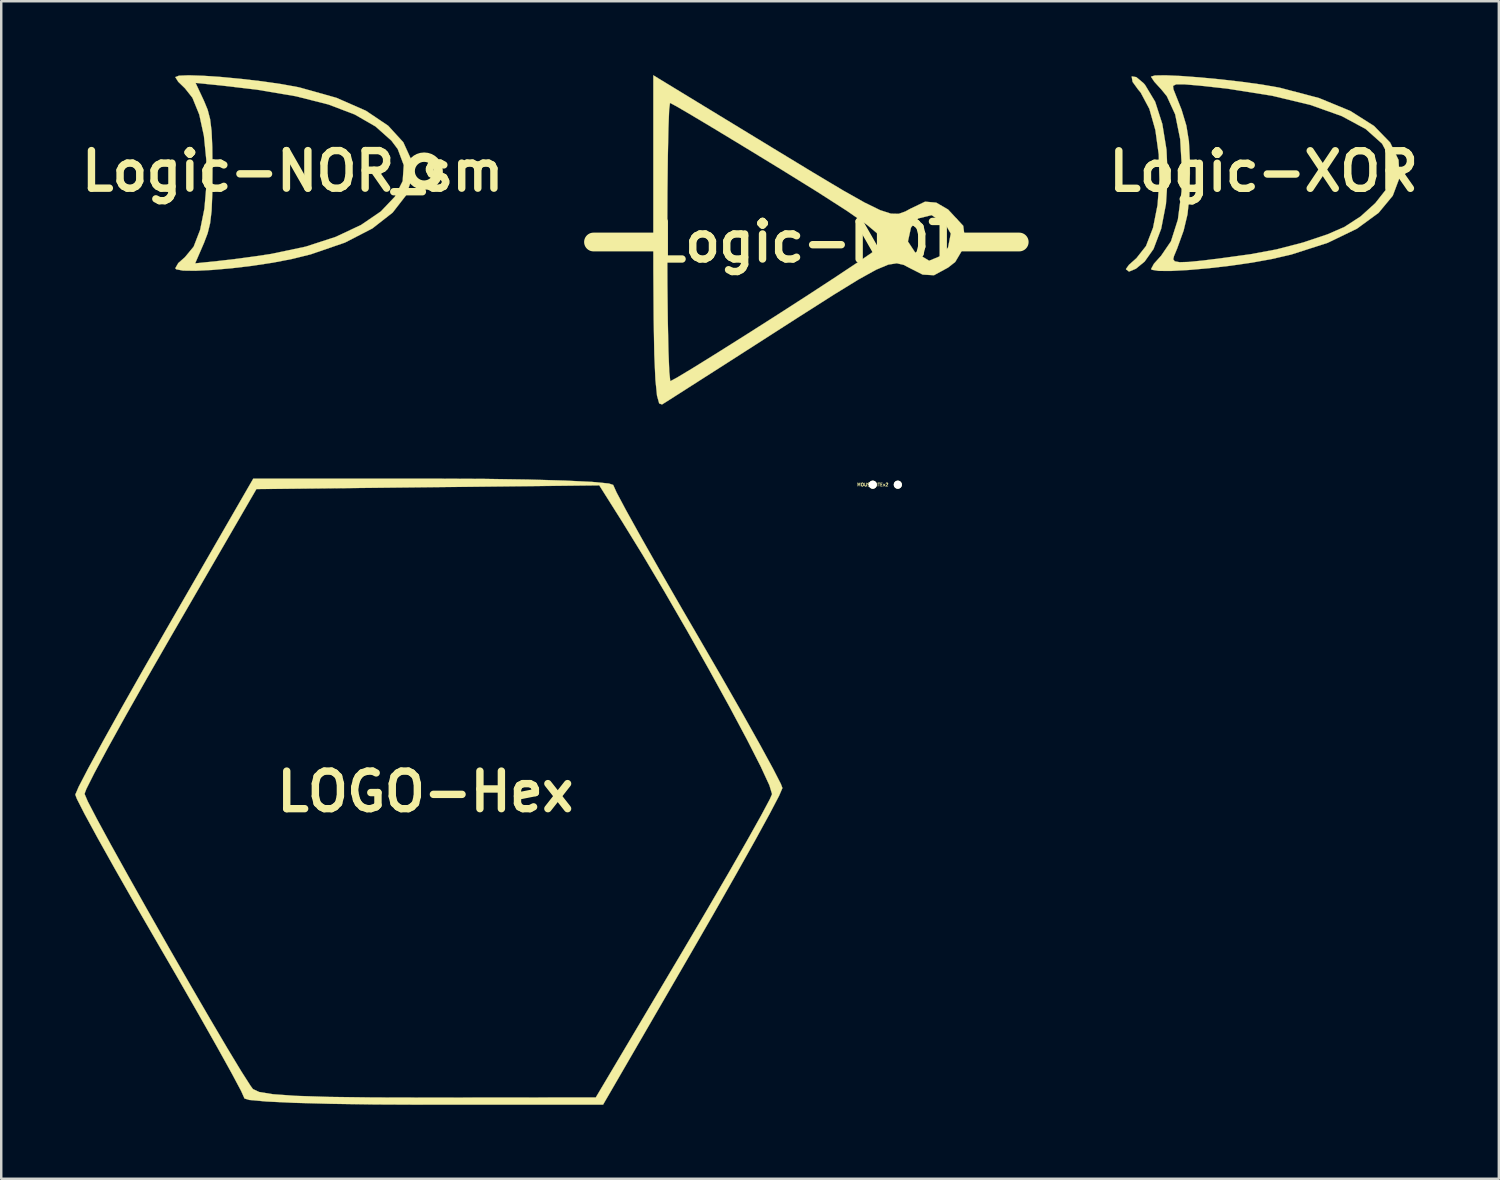
<source format=kicad_pcb>
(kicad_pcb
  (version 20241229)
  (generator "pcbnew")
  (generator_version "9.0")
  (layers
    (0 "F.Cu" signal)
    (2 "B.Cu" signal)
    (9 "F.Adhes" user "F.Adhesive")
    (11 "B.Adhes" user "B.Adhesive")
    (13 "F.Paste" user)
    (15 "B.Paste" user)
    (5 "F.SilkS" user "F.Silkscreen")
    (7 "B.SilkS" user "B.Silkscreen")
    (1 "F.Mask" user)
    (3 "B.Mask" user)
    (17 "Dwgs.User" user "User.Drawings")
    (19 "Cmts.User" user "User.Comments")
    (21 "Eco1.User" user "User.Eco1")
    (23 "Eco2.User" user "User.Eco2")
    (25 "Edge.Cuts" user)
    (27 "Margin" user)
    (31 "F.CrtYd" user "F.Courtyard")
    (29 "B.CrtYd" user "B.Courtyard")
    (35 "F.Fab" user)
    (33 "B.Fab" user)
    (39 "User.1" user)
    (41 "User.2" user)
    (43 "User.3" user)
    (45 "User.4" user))
  (footprint "MOUSEBITEx2"
    (layer "F.Cu")
    (at 32.361 16.615)
    (property "Reference" "MOUSEBITEx2" (at 0 0 0) (layer "F.SilkS") (effects (font (size 0.127 0.127) (thickness 0.025))))
    (attr through_hole)
    (pad "" np_thru_hole circle (at 0 0) (size 0.33 0.33) (drill 0.33) (layers "*.Cu" "*.Mask" "F.SilkS"))
    (pad "" np_thru_hole circle (at 1.016 0) (size 0.33 0.33) (drill 0.33) (layers "*.Cu" "*.Mask" "F.SilkS")))
  (footprint "Logic-XOR"
    (layer "F.Cu")
    (at 48.222 3.901)
    (property "Reference" "Logic-XOR" (at 0 0 0) (layer "F.SilkS") (effects (font (size 1.524 1.524) (thickness 0.3))))
    (attr through_hole)
    (fp_poly (pts (xy -5.169 -3.822) (xy -4.886 -3.586) (xy -4.817 -3.511) (xy -4.405 -2.825) (xy -4.114 -1.921) (xy -3.944 -0.875) (xy -3.895 0.234) (xy -3.966 1.327) (xy -4.159 2.326) (xy -4.472 3.153) (xy -4.831 3.661) (xy -5.187 3.953) (xy -5.465 4.069) (xy -5.587 3.978) (xy -5.588 3.961) (xy -5.469 3.796) (xy -5.181 3.538) (xy -5.168 3.529) (xy -4.777 3.032) (xy -4.49 2.287) (xy -4.308 1.369) (xy -4.231 0.353) (xy -4.26 -0.686) (xy -4.396 -1.674) (xy -4.64 -2.535) (xy -4.992 -3.195) (xy -5.098 -3.322) (xy -5.321 -3.63) (xy -5.357 -3.841) (xy -5.348 -3.852) (xy -5.169 -3.822)) (stroke (width 0.01) (type solid)) (fill yes) (layer "F.SilkS"))
    (fp_poly (pts (xy -3.355 -3.868) (xy -2.582 -3.81) (xy -1.734 -3.729) (xy -0.876 -3.63) (xy -0.073 -3.519) (xy 0.61 -3.4) (xy 0.659 -3.39) (xy 2.243 -2.973) (xy 3.515 -2.449) (xy 4.476 -1.84) (xy 5.128 -1.17) (xy 5.471 -0.46) (xy 5.507 0.268) (xy 5.236 0.99) (xy 4.661 1.684) (xy 3.781 2.328) (xy 2.598 2.9) (xy 1.114 3.377) (xy 0.309 3.562) (xy -0.484 3.705) (xy -1.35 3.83) (xy -2.225 3.931) (xy -3.044 4.003) (xy -3.746 4.041) (xy -4.266 4.04) (xy -4.542 3.994) (xy -4.569 3.961) (xy -4.455 3.75) (xy -4.183 3.447) (xy -4.169 3.434) (xy -3.763 2.839) (xy -3.483 1.958) (xy -3.335 0.824) (xy -3.314 0) (xy -3.389 -1.303) (xy -3.593 -2.312) (xy -3.931 -3.048) (xy -4.16 -3.329) (xy -4.286 -3.466) (xy -3.679 -3.466) (xy -3.663 -3.328) (xy -3.642 -3.276) (xy -3.332 -2.496) (xy -3.138 -1.853) (xy -3.035 -1.215) (xy -2.997 -0.446) (xy -2.994 0.085) (xy -3.016 1.015) (xy -3.092 1.744) (xy -3.25 2.405) (xy -3.514 3.136) (xy -3.642 3.444) (xy -3.671 3.569) (xy -3.609 3.651) (xy -3.413 3.687) (xy -3.044 3.676) (xy -2.46 3.618) (xy -1.622 3.512) (xy -0.537 3.363) (xy 0.512 3.169) (xy 1.597 2.888) (xy 2.588 2.556) (xy 3.27 2.259) (xy 3.933 1.829) (xy 4.526 1.291) (xy 4.969 0.73) (xy 5.176 0.251) (xy 5.151 -0.466) (xy 4.801 -1.124) (xy 4.136 -1.717) (xy 3.165 -2.241) (xy 1.899 -2.692) (xy 0.347 -3.065) (xy -1.481 -3.355) (xy -2.607 -3.478) (xy -3.215 -3.529) (xy -3.552 -3.53) (xy -3.679 -3.466) (xy -4.286 -3.466) (xy -4.438 -3.633) (xy -4.57 -3.83) (xy -4.572 -3.842) (xy -4.415 -3.889) (xy -3.988 -3.896) (xy -3.355 -3.868)) (stroke (width 0.01) (type solid)) (fill yes) (layer "F.SilkS")))
  (footprint "Logic-NOR_sm"
    (layer "F.Cu")
    (at 8.825 3.894)
    (property "Reference" "Logic-NOR_sm" (at 0 0 0) (layer "F.SilkS") (effects (font (size 1.524 1.524) (thickness 0.3))))
    (attr through_hole)
    (fp_circle (center 5.334 0) (end 4.826 0.254) (stroke (width 0.381) (type solid)) (fill no) (layer "F.SilkS"))
    (fp_poly (pts (xy -3.616 -3.869) (xy -2.883 -3.819) (xy -2.075 -3.742) (xy -1.251 -3.646) (xy -0.471 -3.534) (xy 0.205 -3.411) (xy 0.288 -3.393) (xy 1.776 -2.975) (xy 2.971 -2.451) (xy 3.875 -1.842) (xy 4.488 -1.172) (xy 4.812 -0.462) (xy 4.847 0.265) (xy 4.595 0.987) (xy 4.056 1.681) (xy 3.231 2.326) (xy 2.122 2.898) (xy 0.73 3.376) (xy -0.03 3.564) (xy -0.804 3.713) (xy -1.641 3.84) (xy -2.481 3.94) (xy -3.268 4.009) (xy -3.944 4.042) (xy -4.449 4.035) (xy -4.727 3.982) (xy -4.763 3.939) (xy -4.649 3.741) (xy -3.957 3.741) (xy -2.971 3.639) (xy -2.262 3.556) (xy -1.446 3.445) (xy -0.873 3.358) (xy 0.53 3.062) (xy 1.751 2.664) (xy 2.773 2.183) (xy 3.577 1.634) (xy 4.146 1.035) (xy 4.462 0.403) (xy 4.506 -0.246) (xy 4.262 -0.896) (xy 4.006 -1.237) (xy 3.361 -1.812) (xy 2.516 -2.299) (xy 1.449 -2.705) (xy 0.134 -3.038) (xy -1.452 -3.306) (xy -2.883 -3.474) (xy -3.94 -3.58) (xy -3.597 -2.848) (xy -3.449 -2.489) (xy -3.35 -2.109) (xy -3.291 -1.631) (xy -3.262 -0.975) (xy -3.254 -0.064) (xy -3.254 0) (xy -3.262 0.934) (xy -3.29 1.612) (xy -3.35 2.113) (xy -3.45 2.521) (xy -3.6 2.916) (xy -3.606 2.929) (xy -3.957 3.741) (xy -4.649 3.741) (xy -4.642 3.729) (xy -4.372 3.491) (xy -4.018 3.062) (xy -3.755 2.381) (xy -3.581 1.518) (xy -3.498 0.548) (xy -3.505 -0.46) (xy -3.602 -1.431) (xy -3.79 -2.295) (xy -4.068 -2.978) (xy -4.369 -3.359) (xy -4.644 -3.626) (xy -4.762 -3.814) (xy -4.763 -3.817) (xy -4.615 -3.873) (xy -4.213 -3.889) (xy -3.616 -3.869)) (stroke (width 0.01) (type solid)) (fill yes) (layer "F.SilkS")))
  (footprint "Logic-NOT"
    (layer "F.Cu")
    (at 29.666 6.769)
    (property "Reference" "Logic-NOT" (at 0 0 0) (layer "F.SilkS") (effects (font (size 1.524 1.524) (thickness 0.3))))
    (attr through_hole)
    (fp_line (start -6.096 0) (end -8.636 0) (stroke (width 0.762) (type solid)) (layer "F.SilkS"))
    (fp_line (start 6.35 0) (end 8.636 0) (stroke (width 0.762) (type solid)) (layer "F.SilkS"))
    (fp_poly (pts (xy -1.391 -3.83) (xy 0.247 -2.835) (xy 1.476 -2.101) (xy 2.368 -1.598) (xy 2.995 -1.292) (xy 3.431 -1.151) (xy 3.747 -1.144) (xy 4.016 -1.239) (xy 4.218 -1.35) (xy 4.817 -1.637) (xy 5.268 -1.598) (xy 5.75 -1.319) (xy 6.365 -0.657) (xy 6.462 0.097) (xy 6.04 0.809) (xy 5.75 1.037) (xy 5.178 1.348) (xy 4.718 1.322) (xy 4.231 1.075) (xy 3.947 0.927) (xy 3.668 0.863) (xy 3.32 0.918) (xy 2.828 1.125) (xy 2.118 1.519) (xy 1.117 2.134) (xy -0.251 3.005) (xy -1.026 3.502) (xy -2.455 4.419) (xy -3.734 5.238) (xy -4.781 5.907) (xy -5.515 6.376) (xy -5.856 6.591) (xy -5.856 6.591) (xy -5.971 6.55) (xy -6.059 6.236) (xy -6.124 5.594) (xy -6.169 4.573) (xy -6.195 3.12) (xy -6.208 1.181) (xy -6.209 0.021) (xy -6.209 0) (xy -5.644 0) (xy -5.638 1.716) (xy -5.621 3.221) (xy -5.595 4.432) (xy -5.562 5.265) (xy -5.523 5.634) (xy -5.515 5.644) (xy -5.247 5.5) (xy -4.584 5.1) (xy -3.607 4.494) (xy -2.397 3.731) (xy -1.353 3.067) (xy 0.009 2.19) (xy 1.22 1.399) (xy 2.193 0.752) (xy 2.841 0.305) (xy 3.058 0.14) (xy 3.108 -0.022) (xy 4.121 -0.022) (xy 4.408 0.416) (xy 4.981 0.759) (xy 5.494 0.547) (xy 5.749 0.219) (xy 5.86 -0.34) (xy 5.664 -0.682) (xy 5.083 -1.091) (xy 4.536 -0.956) (xy 4.244 -0.584) (xy 4.121 -0.022) (xy 3.108 -0.022) (xy 3.112 -0.036) (xy 2.931 -0.302) (xy 2.461 -0.697) (xy 1.652 -1.261) (xy 0.451 -2.032) (xy -0.993 -2.927) (xy -2.401 -3.787) (xy -3.637 -4.536) (xy -4.622 -5.126) (xy -5.28 -5.511) (xy -5.533 -5.644) (xy -5.567 -5.376) (xy -5.596 -4.628) (xy -5.62 -3.485) (xy -5.637 -2.03) (xy -5.644 -0.349) (xy -5.644 0) (xy -6.209 0) (xy -6.209 -6.764) (xy -1.391 -3.83)) (stroke (width 0.01) (type solid)) (fill yes) (layer "F.SilkS")))
  (footprint "LOGO-Hex"
    (layer "F.Cu")
    (at 14.208 29.07)
    (property "Reference" "LOGO-Hex" (at 0 0 0) (layer "F.SilkS") (effects (font (size 1.524 1.524) (thickness 0.3))))
    (attr through_hole)
    (fp_poly (pts (xy 2.361 -12.691) (xy 4.163 -12.664) (xy 5.656 -12.622) (xy 6.773 -12.568) (xy 7.446 -12.503) (xy 7.62 -12.446) (xy 7.757 -12.141) (xy 8.141 -11.42) (xy 8.734 -10.352) (xy 9.496 -9.009) (xy 10.388 -7.46) (xy 11.054 -6.316) (xy 12.012 -4.664) (xy 12.868 -3.167) (xy 13.581 -1.896) (xy 14.112 -0.922) (xy 14.423 -0.315) (xy 14.487 -0.148) (xy 14.351 0.167) (xy 13.967 0.9) (xy 13.374 1.983) (xy 12.608 3.349) (xy 11.709 4.929) (xy 10.848 6.422) (xy 7.209 12.7) (xy -0.064 12.7) (xy -2.056 12.691) (xy -3.831 12.664) (xy -5.317 12.624) (xy -6.444 12.571) (xy -7.14 12.508) (xy -7.338 12.449) (xy -7.474 12.145) (xy -7.858 11.424) (xy -8.45 10.357) (xy -9.211 9.013) (xy -10.101 7.463) (xy -10.77 6.311) (xy -11.727 4.656) (xy -12.582 3.156) (xy -13.295 1.882) (xy -13.827 0.904) (xy -14.138 0.293) (xy -14.203 0.123) (xy -14.188 0.087) (xy -13.829 0.087) (xy -13.694 0.402) (xy -13.32 1.12) (xy -12.756 2.157) (xy -12.048 3.43) (xy -11.245 4.856) (xy -10.394 6.351) (xy -9.543 7.832) (xy -8.739 9.214) (xy -8.031 10.415) (xy -7.465 11.351) (xy -7.089 11.939) (xy -6.996 12.065) (xy -6.746 12.184) (xy -6.183 12.275) (xy -5.255 12.341) (xy -3.913 12.384) (xy -2.106 12.407) (xy 0.105 12.412) (xy 6.914 12.406) (xy 10.442 6.467) (xy 11.426 4.799) (xy 12.313 3.277) (xy 13.06 1.973) (xy 13.628 0.958) (xy 13.976 0.304) (xy 14.066 0.098) (xy 13.958 -0.26) (xy 13.605 -1.023) (xy 13.051 -2.11) (xy 12.341 -3.441) (xy 11.519 -4.935) (xy 10.629 -6.513) (xy 9.715 -8.094) (xy 8.822 -9.597) (xy 7.994 -10.941) (xy 7.056 -12.428) (xy 0.101 -12.352) (xy -6.855 -12.277) (xy -10.342 -6.263) (xy -11.306 -4.587) (xy -12.168 -3.064) (xy -12.889 -1.763) (xy -13.43 -0.756) (xy -13.753 -0.113) (xy -13.829 0.087) (xy -14.188 0.087) (xy -14.068 -0.195) (xy -13.686 -0.931) (xy -13.095 -2.017) (xy -12.334 -3.386) (xy -11.438 -4.967) (xy -10.594 -6.439) (xy -6.983 -12.7) (xy 0.318 -12.7) (xy 2.361 -12.691)) (stroke (width 0.01) (type solid)) (fill yes) (layer "F.SilkS")))
  (gr_rect
    (start -3 -3)
    (end 57.761 44.775)
    (stroke (width 0.1) (type default))
    (fill no)
    (layer "Edge.Cuts")))
</source>
